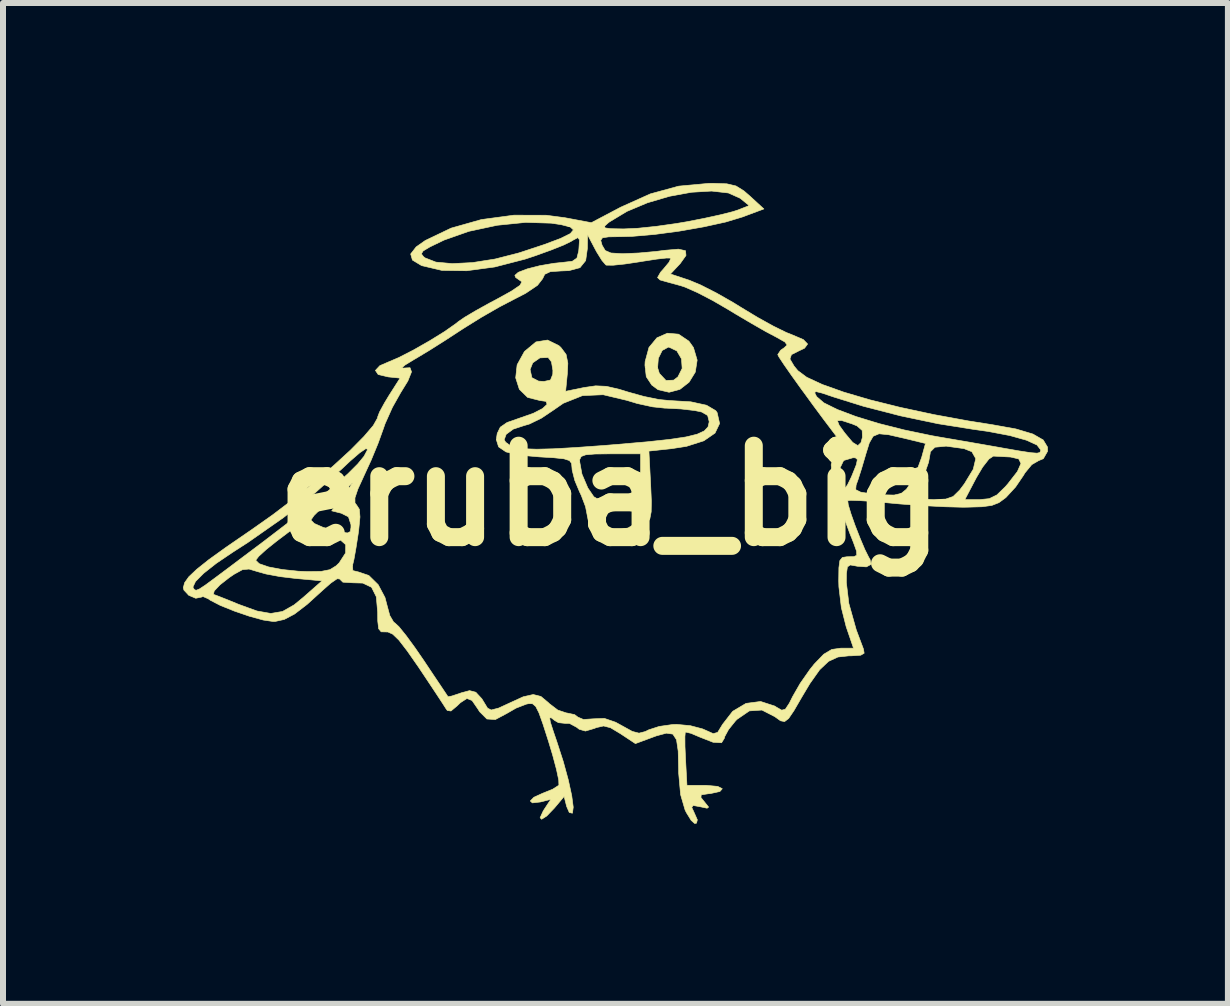
<source format=kicad_pcb>
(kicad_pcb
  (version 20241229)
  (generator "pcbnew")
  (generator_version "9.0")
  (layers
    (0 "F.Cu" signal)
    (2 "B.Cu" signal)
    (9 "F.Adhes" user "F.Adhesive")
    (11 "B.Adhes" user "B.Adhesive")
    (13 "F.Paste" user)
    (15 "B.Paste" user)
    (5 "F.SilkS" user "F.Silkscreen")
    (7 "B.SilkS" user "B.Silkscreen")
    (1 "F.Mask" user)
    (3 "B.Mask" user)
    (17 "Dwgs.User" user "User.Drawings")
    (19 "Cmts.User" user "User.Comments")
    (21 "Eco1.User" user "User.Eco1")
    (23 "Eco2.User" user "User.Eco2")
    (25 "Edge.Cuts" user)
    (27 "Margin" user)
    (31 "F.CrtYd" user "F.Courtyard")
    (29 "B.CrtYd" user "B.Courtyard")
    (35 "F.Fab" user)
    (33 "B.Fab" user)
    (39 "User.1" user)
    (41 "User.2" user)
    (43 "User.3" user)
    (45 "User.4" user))
  (footprint "eruba_big"
    (layer "F.Cu")
    (at 7.117 5.212)
    (property "Reference" "eruba_big" (at 0 0 0) (layer "F.SilkS") (effects (font (size 1.524 1.524) (thickness 0.3))))
    (attr through_hole)
    (fp_poly (pts (xy 1.141 -2.693) (xy 1.313 -2.577) (xy 1.389 -2.471) (xy 1.451 -2.261) (xy 1.42 -2.061) (xy 1.316 -1.892) (xy 1.163 -1.773) (xy 0.983 -1.725) (xy 0.799 -1.768) (xy 0.695 -1.845) (xy 0.603 -1.984) (xy 0.586 -2.134) (xy 0.792 -2.134) (xy 0.821 -2.04) (xy 0.931 -1.922) (xy 1.059 -1.927) (xy 1.13 -1.981) (xy 1.201 -2.122) (xy 1.19 -2.282) (xy 1.112 -2.415) (xy 0.982 -2.476) (xy 0.97 -2.477) (xy 0.869 -2.422) (xy 0.804 -2.291) (xy 0.792 -2.134) (xy 0.586 -2.134) (xy 0.581 -2.175) (xy 0.584 -2.236) (xy 0.648 -2.472) (xy 0.781 -2.633) (xy 0.955 -2.709) (xy 1.141 -2.693)) (stroke (width 0.01) (type solid)) (fill yes) (layer "F.SilkS"))
    (fp_poly (pts (xy -0.853 -2.502) (xy -0.818 -2.469) (xy -0.733 -2.355) (xy -0.704 -2.211) (xy -0.712 -2.038) (xy -0.741 -1.741) (xy -0.434 -1.804) (xy -0.241 -1.832) (xy -0.062 -1.824) (xy 0.153 -1.774) (xy 0.306 -1.727) (xy 0.565 -1.655) (xy 0.815 -1.604) (xy 0.989 -1.587) (xy 1.345 -1.566) (xy 1.607 -1.509) (xy 1.761 -1.418) (xy 1.784 -1.386) (xy 1.825 -1.204) (xy 1.749 -1.045) (xy 1.562 -0.916) (xy 1.274 -0.824) (xy 1.024 -0.785) (xy 0.647 -0.745) (xy 0.676 -0.183) (xy 0.688 0.089) (xy 0.685 0.267) (xy 0.663 0.382) (xy 0.614 0.466) (xy 0.546 0.539) (xy 0.362 0.654) (xy 0.134 0.703) (xy -0.09 0.685) (xy -0.262 0.596) (xy -0.276 0.582) (xy -0.36 0.434) (xy -0.379 0.337) (xy -0.254 0.337) (xy -0.201 0.466) (xy -0.065 0.547) (xy 0.114 0.572) (xy 0.3 0.536) (xy 0.445 0.445) (xy 0.54 0.302) (xy 0.572 0.181) (xy 0.563 0.087) (xy 0.516 0.097) (xy 0.455 0.149) (xy 0.291 0.226) (xy 0.043 0.254) (xy -0.163 0.27) (xy -0.25 0.318) (xy -0.254 0.337) (xy -0.379 0.337) (xy -0.381 0.326) (xy -0.409 0.182) (xy -0.48 -0.006) (xy -0.508 -0.064) (xy -0.588 -0.255) (xy -0.632 -0.428) (xy -0.635 -0.466) (xy -0.642 -0.54) (xy -0.669 -0.576) (xy -0.508 -0.576) (xy -0.469 -0.361) (xy -0.371 -0.131) (xy -0.271 0.016) (xy -0.115 0.108) (xy 0.088 0.13) (xy 0.284 0.084) (xy 0.409 -0.014) (xy 0.472 -0.168) (xy 0.506 -0.373) (xy 0.508 -0.427) (xy 0.508 -0.699) (xy 0 -0.699) (xy -0.253 -0.696) (xy -0.405 -0.683) (xy -0.481 -0.655) (xy -0.506 -0.604) (xy -0.508 -0.576) (xy -0.669 -0.576) (xy -0.678 -0.587) (xy -0.769 -0.616) (xy -0.94 -0.634) (xy -1.177 -0.648) (xy -1.512 -0.677) (xy -1.735 -0.731) (xy -1.858 -0.815) (xy -1.895 -0.933) (xy -1.765 -0.933) (xy -1.74 -0.892) (xy -1.669 -0.841) (xy -1.568 -0.804) (xy -1.424 -0.783) (xy -1.221 -0.776) (xy -0.943 -0.783) (xy -0.576 -0.804) (xy -0.104 -0.838) (xy 0.128 -0.857) (xy 0.614 -0.899) (xy 0.987 -0.939) (xy 1.262 -0.98) (xy 1.451 -1.026) (xy 1.57 -1.081) (xy 1.632 -1.147) (xy 1.651 -1.229) (xy 1.651 -1.238) (xy 1.626 -1.338) (xy 1.529 -1.395) (xy 1.413 -1.42) (xy 1.181 -1.447) (xy 0.936 -1.46) (xy 0.915 -1.46) (xy 0.708 -1.482) (xy 0.452 -1.538) (xy 0.28 -1.59) (xy -0.115 -1.684) (xy -0.46 -1.669) (xy -0.779 -1.542) (xy -0.947 -1.426) (xy -1.145 -1.293) (xy -1.344 -1.196) (xy -1.433 -1.17) (xy -1.613 -1.111) (xy -1.732 -1.024) (xy -1.765 -0.933) (xy -1.895 -0.933) (xy -1.896 -0.937) (xy -1.881 -1.038) (xy -1.83 -1.143) (xy -1.717 -1.221) (xy -1.511 -1.293) (xy -1.5 -1.297) (xy -1.28 -1.374) (xy -1.125 -1.454) (xy -1.05 -1.524) (xy -1.067 -1.573) (xy -1.167 -1.587) (xy -1.374 -1.639) (xy -1.512 -1.774) (xy -1.573 -1.965) (xy -1.558 -2.104) (xy -1.333 -2.104) (xy -1.303 -1.968) (xy -1.192 -1.911) (xy -1.101 -1.905) (xy -0.993 -1.929) (xy -0.955 -2.025) (xy -0.953 -2.09) (xy -0.977 -2.232) (xy -1.032 -2.304) (xy -1.17 -2.298) (xy -1.289 -2.215) (xy -1.333 -2.104) (xy -1.558 -2.104) (xy -1.549 -2.183) (xy -1.429 -2.401) (xy -1.423 -2.408) (xy -1.235 -2.564) (xy -1.042 -2.595) (xy -0.853 -2.502)) (stroke (width 0.01) (type solid)) (fill yes) (layer "F.SilkS"))
    (fp_poly (pts (xy 1.945 -5.199) (xy 2.098 -5.163) (xy 2.23 -5.081) (xy 2.33 -4.994) (xy 2.563 -4.78) (xy 2.204 -4.646) (xy 1.926 -4.562) (xy 1.562 -4.482) (xy 1.153 -4.41) (xy 0.741 -4.355) (xy 0.366 -4.323) (xy 0.181 -4.318) (xy -0.024 -4.315) (xy -0.127 -4.299) (xy -0.156 -4.257) (xy -0.134 -4.178) (xy -0.133 -4.175) (xy -0.081 -4.087) (xy 0.014 -4.046) (xy 0.19 -4.035) (xy 0.23 -4.035) (xy 0.48 -4.046) (xy 0.768 -4.072) (xy 0.905 -4.09) (xy 1.139 -4.11) (xy 1.257 -4.084) (xy 1.265 -4.005) (xy 1.168 -3.869) (xy 1.138 -3.837) (xy 1.006 -3.696) (xy 1.32 -3.592) (xy 1.511 -3.512) (xy 1.767 -3.382) (xy 2.045 -3.224) (xy 2.191 -3.134) (xy 2.459 -2.972) (xy 2.721 -2.827) (xy 2.937 -2.721) (xy 3.026 -2.686) (xy 3.221 -2.603) (xy 3.292 -2.529) (xy 3.24 -2.459) (xy 3.143 -2.413) (xy 3.022 -2.352) (xy 2.997 -2.279) (xy 3.066 -2.162) (xy 3.128 -2.086) (xy 3.277 -1.975) (xy 3.538 -1.854) (xy 3.895 -1.727) (xy 4.333 -1.598) (xy 4.836 -1.473) (xy 5.39 -1.354) (xy 5.979 -1.246) (xy 6.366 -1.185) (xy 6.765 -1.113) (xy 7.046 -1.029) (xy 7.218 -0.93) (xy 7.29 -0.811) (xy 7.291 -0.742) (xy 7.22 -0.618) (xy 7.141 -0.585) (xy 7.027 -0.519) (xy 6.912 -0.379) (xy 6.89 -0.341) (xy 6.758 -0.147) (xy 6.6 0.025) (xy 6.586 0.037) (xy 6.479 0.115) (xy 6.361 0.161) (xy 6.197 0.183) (xy 5.951 0.19) (xy 5.88 0.191) (xy 5.579 0.183) (xy 5.211 0.164) (xy 4.838 0.137) (xy 4.673 0.122) (xy 4.393 0.096) (xy 4.162 0.081) (xy 4.009 0.076) (xy 3.961 0.082) (xy 3.969 0.15) (xy 4.014 0.3) (xy 4.084 0.497) (xy 4.166 0.707) (xy 4.246 0.896) (xy 4.312 1.028) (xy 4.331 1.058) (xy 4.351 1.142) (xy 4.271 1.185) (xy 4.117 1.174) (xy 4.099 1.17) (xy 4.003 1.153) (xy 3.955 1.185) (xy 3.939 1.295) (xy 3.937 1.444) (xy 3.979 1.795) (xy 4.102 2.233) (xy 4.223 2.556) (xy 4.234 2.624) (xy 4.177 2.657) (xy 4.024 2.667) (xy 3.981 2.667) (xy 3.797 2.687) (xy 3.641 2.759) (xy 3.492 2.9) (xy 3.33 3.129) (xy 3.195 3.355) (xy 3.064 3.581) (xy 2.975 3.712) (xy 2.908 3.763) (xy 2.841 3.75) (xy 2.753 3.687) (xy 2.747 3.682) (xy 2.53 3.571) (xy 2.321 3.585) (xy 2.115 3.726) (xy 2.089 3.753) (xy 1.974 3.896) (xy 1.91 4.014) (xy 1.905 4.039) (xy 1.858 4.116) (xy 1.717 4.108) (xy 1.495 4.021) (xy 1.349 3.959) (xy 1.261 3.938) (xy 1.253 3.941) (xy 1.247 4.014) (xy 1.248 4.178) (xy 1.258 4.397) (xy 1.258 4.397) (xy 1.281 4.826) (xy 1.606 4.826) (xy 1.794 4.843) (xy 1.87 4.882) (xy 1.83 4.928) (xy 1.671 4.963) (xy 1.635 4.966) (xy 1.519 4.984) (xy 1.514 5.029) (xy 1.574 5.103) (xy 1.642 5.188) (xy 1.617 5.207) (xy 1.505 5.183) (xy 1.384 5.161) (xy 1.361 5.194) (xy 1.394 5.264) (xy 1.454 5.4) (xy 1.44 5.456) (xy 1.409 5.461) (xy 1.351 5.409) (xy 1.272 5.281) (xy 1.25 5.237) (xy 1.175 4.98) (xy 1.143 4.624) (xy 1.142 4.554) (xy 1.135 4.255) (xy 1.107 4.066) (xy 1.046 3.972) (xy 0.938 3.956) (xy 0.771 4.001) (xy 0.722 4.019) (xy 0.422 4.13) (xy 0.173 3.965) (xy 0.008 3.866) (xy -0.108 3.836) (xy -0.228 3.863) (xy -0.262 3.877) (xy -0.411 3.921) (xy -0.515 3.891) (xy -0.557 3.858) (xy -0.676 3.794) (xy -0.748 3.793) (xy -0.861 3.781) (xy -0.923 3.745) (xy -0.982 3.699) (xy -1.007 3.703) (xy -0.995 3.774) (xy -0.944 3.932) (xy -0.886 4.102) (xy -0.78 4.43) (xy -0.696 4.737) (xy -0.639 4.999) (xy -0.614 5.19) (xy -0.627 5.288) (xy -0.629 5.29) (xy -0.68 5.278) (xy -0.724 5.177) (xy -0.766 5.011) (xy -0.928 5.204) (xy -1.056 5.337) (xy -1.141 5.391) (xy -1.166 5.365) (xy -1.116 5.256) (xy -1.099 5.228) (xy -0.988 5.059) (xy -1.161 5.103) (xy -1.295 5.118) (xy -1.33 5.086) (xy -1.271 5.025) (xy -1.125 4.958) (xy -1.112 4.953) (xy -0.956 4.89) (xy -0.86 4.828) (xy -0.853 4.819) (xy -0.856 4.737) (xy -0.893 4.562) (xy -0.957 4.322) (xy -1.025 4.096) (xy -1.118 3.806) (xy -1.185 3.618) (xy -1.239 3.511) (xy -1.292 3.466) (xy -1.354 3.464) (xy -1.395 3.472) (xy -1.566 3.538) (xy -1.724 3.629) (xy -1.912 3.729) (xy -2.053 3.72) (xy -2.174 3.599) (xy -2.201 3.556) (xy -2.3 3.412) (xy -2.386 3.378) (xy -2.494 3.448) (xy -2.549 3.501) (xy -2.652 3.587) (xy -2.713 3.578) (xy -2.734 3.549) (xy -2.789 3.463) (xy -2.898 3.297) (xy -3.045 3.076) (xy -3.191 2.857) (xy -3.38 2.586) (xy -3.518 2.407) (xy -3.621 2.307) (xy -3.702 2.27) (xy -3.736 2.269) (xy -3.815 2.267) (xy -3.857 2.216) (xy -3.872 2.087) (xy -3.873 1.944) (xy -3.896 1.683) (xy -3.975 1.525) (xy -4.122 1.455) (xy -4.292 1.45) (xy -4.453 1.44) (xy -4.508 1.386) (xy -4.549 1.383) (xy -4.654 1.455) (xy -4.778 1.564) (xy -5.049 1.81) (xy -5.259 1.971) (xy -5.43 2.061) (xy -5.584 2.095) (xy -5.616 2.095) (xy -5.779 2.071) (xy -6.009 2.008) (xy -6.263 1.921) (xy -6.496 1.827) (xy -6.664 1.74) (xy -6.696 1.717) (xy -6.784 1.679) (xy -6.811 1.689) (xy -6.905 1.708) (xy -7.021 1.659) (xy -7.035 1.644) (xy -6.611 1.644) (xy -6.588 1.651) (xy -6.526 1.674) (xy -6.379 1.732) (xy -6.191 1.809) (xy -5.886 1.92) (xy -5.654 1.961) (xy -5.459 1.928) (xy -5.265 1.818) (xy -5.113 1.693) (xy -4.8 1.418) (xy -5.241 1.378) (xy -5.5 1.347) (xy -5.736 1.303) (xy -5.885 1.261) (xy -6.017 1.221) (xy -6.127 1.232) (xy -6.264 1.307) (xy -6.345 1.362) (xy -6.502 1.485) (xy -6.597 1.586) (xy -6.611 1.644) (xy -7.035 1.644) (xy -7.102 1.572) (xy -7.112 1.532) (xy -7.109 1.521) (xy -6.952 1.521) (xy -6.947 1.534) (xy -6.926 1.565) (xy -6.898 1.575) (xy -6.843 1.553) (xy -6.743 1.487) (xy -6.579 1.366) (xy -6.342 1.189) (xy -6.191 1.075) (xy -5.905 1.075) (xy -5.847 1.132) (xy -5.69 1.186) (xy -5.463 1.229) (xy -5.195 1.257) (xy -5.043 1.263) (xy -4.814 1.26) (xy -4.668 1.231) (xy -4.562 1.165) (xy -4.557 1.159) (xy -4.292 1.159) (xy -4.287 1.247) (xy -4.192 1.27) (xy -4.021 1.328) (xy -3.865 1.481) (xy -3.751 1.696) (xy -3.717 1.826) (xy -3.671 1.996) (xy -3.607 2.105) (xy -3.587 2.119) (xy -3.518 2.183) (xy -3.399 2.33) (xy -3.247 2.538) (xy -3.106 2.743) (xy -2.948 2.98) (xy -2.817 3.175) (xy -2.73 3.305) (xy -2.701 3.349) (xy -2.641 3.338) (xy -2.509 3.295) (xy -2.483 3.285) (xy -2.342 3.247) (xy -2.238 3.274) (xy -2.137 3.383) (xy -2.042 3.539) (xy -1.981 3.57) (xy -1.857 3.538) (xy -1.686 3.459) (xy -1.448 3.35) (xy -1.281 3.312) (xy -1.153 3.344) (xy -1.028 3.448) (xy -1.016 3.461) (xy -0.872 3.571) (xy -0.729 3.619) (xy -0.723 3.619) (xy -0.591 3.647) (xy -0.536 3.689) (xy -0.444 3.728) (xy -0.278 3.717) (xy -0.095 3.71) (xy 0.092 3.774) (xy 0.203 3.835) (xy 0.37 3.927) (xy 0.482 3.956) (xy 0.587 3.929) (xy 0.643 3.901) (xy 0.818 3.844) (xy 1.042 3.812) (xy 1.111 3.81) (xy 1.336 3.831) (xy 1.541 3.885) (xy 1.589 3.906) (xy 1.719 3.964) (xy 1.793 3.943) (xy 1.864 3.827) (xy 1.871 3.814) (xy 2.043 3.592) (xy 2.265 3.46) (xy 2.508 3.428) (xy 2.743 3.504) (xy 2.774 3.524) (xy 2.86 3.573) (xy 2.921 3.557) (xy 2.987 3.457) (xy 3.043 3.345) (xy 3.168 3.127) (xy 3.33 2.895) (xy 3.402 2.805) (xy 3.56 2.641) (xy 3.694 2.561) (xy 3.843 2.54) (xy 4.057 2.54) (xy 3.934 2.181) (xy 3.854 1.864) (xy 3.813 1.518) (xy 3.81 1.419) (xy 3.813 1.2) (xy 3.829 1.08) (xy 3.871 1.028) (xy 3.949 1.016) (xy 3.969 1.016) (xy 4.065 1.014) (xy 4.111 0.991) (xy 4.107 0.921) (xy 4.055 0.776) (xy 3.993 0.621) (xy 3.866 0.275) (xy 3.766 -0.058) (xy 3.756 -0.102) (xy 4.093 -0.102) (xy 4.175 -0.061) (xy 4.265 -0.046) (xy 4.547 -0.016) (xy 4.734 -0.012) (xy 4.812 -0.03) (xy 5.031 -0.03) (xy 5.093 0.023) (xy 5.248 0.056) (xy 5.401 0.064) (xy 5.912 0.064) (xy 6.158 0.064) (xy 6.319 0.048) (xy 6.446 -0.014) (xy 6.586 -0.15) (xy 6.631 -0.202) (xy 6.788 -0.404) (xy 6.847 -0.538) (xy 6.81 -0.614) (xy 6.678 -0.645) (xy 6.668 -0.646) (xy 6.499 -0.655) (xy 6.387 -0.661) (xy 6.313 -0.612) (xy 6.208 -0.477) (xy 6.104 -0.302) (xy 5.912 0.064) (xy 5.401 0.064) (xy 5.594 0.055) (xy 5.717 0.012) (xy 5.825 -0.094) (xy 5.905 -0.2) (xy 6.052 -0.442) (xy 6.094 -0.619) (xy 6.029 -0.734) (xy 5.898 -0.786) (xy 5.6 -0.827) (xy 5.414 -0.809) (xy 5.336 -0.731) (xy 5.334 -0.706) (xy 5.308 -0.56) (xy 5.244 -0.376) (xy 5.164 -0.206) (xy 5.089 -0.102) (xy 5.08 -0.095) (xy 5.031 -0.03) (xy 4.812 -0.03) (xy 4.854 -0.041) (xy 4.938 -0.109) (xy 5.005 -0.206) (xy 5.111 -0.417) (xy 5.192 -0.639) (xy 5.193 -0.642) (xy 5.256 -0.872) (xy 4.898 -0.959) (xy 4.643 -1.017) (xy 4.482 -1.033) (xy 4.384 -0.992) (xy 4.32 -0.881) (xy 4.259 -0.685) (xy 4.254 -0.667) (xy 4.189 -0.447) (xy 4.131 -0.265) (xy 4.1 -0.179) (xy 4.093 -0.102) (xy 3.756 -0.102) (xy 3.702 -0.343) (xy 3.69 -0.457) (xy 3.829 -0.457) (xy 3.84 -0.325) (xy 3.878 -0.189) (xy 3.912 -0.127) (xy 3.914 -0.127) (xy 3.955 -0.179) (xy 4.019 -0.309) (xy 4.035 -0.347) (xy 4.104 -0.519) (xy 4.121 -0.604) (xy 4.089 -0.632) (xy 4.048 -0.634) (xy 3.892 -0.588) (xy 3.829 -0.457) (xy 3.69 -0.457) (xy 3.684 -0.516) (xy 3.721 -0.661) (xy 3.82 -0.72) (xy 3.913 -0.766) (xy 3.892 -0.838) (xy 3.742 -1.03) (xy 3.575 -1.251) (xy 3.788 -1.251) (xy 3.818 -1.175) (xy 3.91 -1.048) (xy 4.043 -0.889) (xy 4.129 -0.836) (xy 4.181 -0.886) (xy 4.205 -0.975) (xy 4.201 -1.089) (xy 4.116 -1.164) (xy 4.033 -1.198) (xy 3.857 -1.255) (xy 3.788 -1.251) (xy 3.575 -1.251) (xy 3.565 -1.264) (xy 3.376 -1.519) (xy 3.23 -1.72) (xy 3.408 -1.72) (xy 3.437 -1.662) (xy 3.445 -1.65) (xy 3.562 -1.549) (xy 3.786 -1.438) (xy 4.097 -1.321) (xy 4.475 -1.205) (xy 4.903 -1.097) (xy 5.359 -1.002) (xy 5.493 -0.978) (xy 5.826 -0.921) (xy 6.184 -0.859) (xy 6.497 -0.804) (xy 6.54 -0.796) (xy 6.827 -0.746) (xy 7.011 -0.718) (xy 7.115 -0.71) (xy 7.163 -0.721) (xy 7.175 -0.751) (xy 7.176 -0.765) (xy 7.114 -0.846) (xy 6.939 -0.926) (xy 6.664 -1.003) (xy 6.301 -1.072) (xy 6.041 -1.109) (xy 5.463 -1.201) (xy 4.836 -1.333) (xy 4.22 -1.492) (xy 3.733 -1.644) (xy 3.534 -1.711) (xy 3.433 -1.736) (xy 3.408 -1.72) (xy 3.23 -1.72) (xy 3.191 -1.772) (xy 3.025 -2.004) (xy 2.894 -2.192) (xy 2.813 -2.315) (xy 2.794 -2.352) (xy 2.842 -2.425) (xy 2.901 -2.466) (xy 2.95 -2.512) (xy 2.913 -2.563) (xy 2.775 -2.641) (xy 2.758 -2.65) (xy 2.592 -2.738) (xy 2.358 -2.872) (xy 2.095 -3.027) (xy 1.972 -3.102) (xy 1.71 -3.254) (xy 1.456 -3.386) (xy 1.25 -3.477) (xy 1.178 -3.501) (xy 0.994 -3.551) (xy 0.855 -3.59) (xy 0.832 -3.597) (xy 0.791 -3.637) (xy 0.841 -3.725) (xy 0.89 -3.78) (xy 0.982 -3.891) (xy 1.013 -3.957) (xy 1.011 -3.961) (xy 0.94 -3.962) (xy 0.777 -3.944) (xy 0.551 -3.909) (xy 0.485 -3.898) (xy 0.244 -3.862) (xy 0.051 -3.842) (xy -0.06 -3.843) (xy -0.071 -3.847) (xy -0.135 -3.921) (xy -0.224 -4.064) (xy -0.252 -4.116) (xy -0.375 -4.35) (xy -0.378 -4.124) (xy -0.407 -3.919) (xy -0.502 -3.801) (xy -0.685 -3.752) (xy -0.812 -3.747) (xy -0.995 -3.735) (xy -1.089 -3.691) (xy -1.125 -3.616) (xy -1.21 -3.507) (xy -1.406 -3.375) (xy -1.58 -3.285) (xy -1.841 -3.149) (xy -2.146 -2.974) (xy -2.435 -2.794) (xy -2.477 -2.767) (xy -2.739 -2.596) (xy -3.006 -2.427) (xy -3.23 -2.292) (xy -3.27 -2.269) (xy -3.414 -2.181) (xy -3.474 -2.131) (xy -3.445 -2.128) (xy -3.334 -2.134) (xy -3.309 -2.065) (xy -3.37 -1.913) (xy -3.492 -1.715) (xy -3.628 -1.473) (xy -3.75 -1.2) (xy -3.784 -1.102) (xy -3.867 -0.872) (xy -3.982 -0.593) (xy -4.097 -0.343) (xy -4.203 -0.111) (xy -4.252 0.035) (xy -4.251 0.12) (xy -4.223 0.156) (xy -4.179 0.224) (xy -4.168 0.353) (xy -4.189 0.569) (xy -4.198 0.635) (xy -4.234 0.867) (xy -4.268 1.059) (xy -4.292 1.159) (xy -4.557 1.159) (xy -4.514 1.117) (xy -4.408 0.953) (xy -4.406 0.815) (xy -4.504 0.728) (xy -4.573 0.712) (xy -4.736 0.675) (xy -4.934 0.606) (xy -4.967 0.592) (xy -5.204 0.49) (xy -5.555 0.755) (xy -5.73 0.895) (xy -5.855 1.009) (xy -5.905 1.074) (xy -5.905 1.075) (xy -6.191 1.075) (xy -5.769 0.758) (xy -5.308 0.405) (xy -4.985 0.405) (xy -4.929 0.462) (xy -4.788 0.524) (xy -4.699 0.551) (xy -4.49 0.603) (xy -4.376 0.62) (xy -4.329 0.596) (xy -4.318 0.527) (xy -4.318 0.483) (xy -4.36 0.351) (xy -4.479 0.291) (xy -4.639 0.251) (xy -4.286 -0.216) (xy -4.636 0.059) (xy -4.809 0.205) (xy -4.934 0.329) (xy -4.985 0.403) (xy -4.985 0.405) (xy -5.308 0.405) (xy -5.293 0.393) (xy -4.906 0.088) (xy -4.6 -0.163) (xy -4.369 -0.367) (xy -4.205 -0.531) (xy -4.1 -0.659) (xy -4.047 -0.759) (xy -4.043 -0.774) (xy -4.069 -0.786) (xy -4.17 -0.718) (xy -4.329 -0.581) (xy -4.466 -0.452) (xy -4.911 -0.053) (xy -5.444 0.364) (xy -6.031 0.775) (xy -6.287 0.94) (xy -6.561 1.125) (xy -6.774 1.293) (xy -6.909 1.429) (xy -6.952 1.521) (xy -7.109 1.521) (xy -7.091 1.45) (xy -7.021 1.351) (xy -6.889 1.226) (xy -6.686 1.064) (xy -6.398 0.857) (xy -6.014 0.593) (xy -5.973 0.565) (xy -5.623 0.318) (xy -5.269 0.049) (xy -4.924 -0.23) (xy -4.605 -0.505) (xy -4.325 -0.762) (xy -4.101 -0.989) (xy -3.946 -1.171) (xy -3.876 -1.295) (xy -3.873 -1.314) (xy -3.842 -1.396) (xy -3.76 -1.546) (xy -3.687 -1.667) (xy -3.5 -1.961) (xy -3.698 -1.981) (xy -3.865 -2.021) (xy -3.911 -2.089) (xy -3.837 -2.168) (xy -3.703 -2.226) (xy -3.52 -2.304) (xy -3.273 -2.431) (xy -3.005 -2.584) (xy -2.756 -2.738) (xy -2.567 -2.871) (xy -2.527 -2.904) (xy -2.423 -2.975) (xy -2.239 -3.084) (xy -2.007 -3.213) (xy -1.902 -3.268) (xy -1.645 -3.41) (xy -1.502 -3.507) (xy -1.47 -3.565) (xy -1.486 -3.577) (xy -1.574 -3.639) (xy -1.587 -3.673) (xy -1.53 -3.724) (xy -1.38 -3.781) (xy -1.172 -3.834) (xy -0.939 -3.874) (xy -0.794 -3.889) (xy -0.63 -3.908) (xy -0.553 -3.961) (xy -0.523 -4.079) (xy -0.519 -4.122) (xy -0.51 -4.265) (xy -0.537 -4.302) (xy -0.624 -4.256) (xy -0.649 -4.24) (xy -0.773 -4.179) (xy -0.984 -4.095) (xy -1.247 -4) (xy -1.416 -3.944) (xy -1.922 -3.813) (xy -2.392 -3.75) (xy -2.803 -3.756) (xy -3.134 -3.834) (xy -3.145 -3.838) (xy -3.294 -3.928) (xy -3.323 -4.029) (xy -3.321 -4.032) (xy -3.145 -4.032) (xy -3.11 -3.985) (xy -3.083 -3.964) (xy -2.903 -3.894) (xy -2.63 -3.869) (xy -2.293 -3.886) (xy -1.918 -3.945) (xy -1.531 -4.044) (xy -1.492 -4.056) (xy -1.099 -4.186) (xy -0.824 -4.289) (xy -0.663 -4.369) (xy -0.611 -4.431) (xy -0.663 -4.479) (xy -0.718 -4.493) (xy -0.092 -4.493) (xy -0.083 -4.464) (xy 0.014 -4.451) (xy 0.219 -4.447) (xy 0.227 -4.447) (xy 0.461 -4.458) (xy 0.77 -4.49) (xy 1.103 -4.537) (xy 1.275 -4.566) (xy 1.572 -4.624) (xy 1.841 -4.683) (xy 2.046 -4.735) (xy 2.127 -4.761) (xy 2.318 -4.836) (xy 2.168 -4.958) (xy 1.972 -5.046) (xy 1.692 -5.078) (xy 1.356 -5.058) (xy 0.99 -4.991) (xy 0.623 -4.883) (xy 0.28 -4.739) (xy -0.01 -4.564) (xy -0.032 -4.547) (xy -0.092 -4.493) (xy -0.718 -4.493) (xy -0.815 -4.518) (xy -0.981 -4.543) (xy -1.406 -4.556) (xy -1.881 -4.508) (xy -2.353 -4.407) (xy -2.765 -4.262) (xy -2.792 -4.249) (xy -3.003 -4.147) (xy -3.115 -4.08) (xy -3.145 -4.032) (xy -3.321 -4.032) (xy -3.232 -4.147) (xy -3.08 -4.254) (xy -2.65 -4.46) (xy -2.145 -4.603) (xy -1.604 -4.676) (xy -1.066 -4.675) (xy -0.754 -4.634) (xy -0.312 -4.551) (xy 0.177 -4.809) (xy 0.671 -5.031) (xy 1.143 -5.16) (xy 1.643 -5.206) (xy 1.719 -5.207) (xy 1.945 -5.199)) (stroke (width 0.01) (type solid)) (fill yes) (layer "F.SilkS")))
  (gr_rect
    (start -3 -3)
    (end 17.413 13.678)
    (stroke (width 0.1) (type default))
    (fill no)
    (layer "Edge.Cuts")))
</source>
